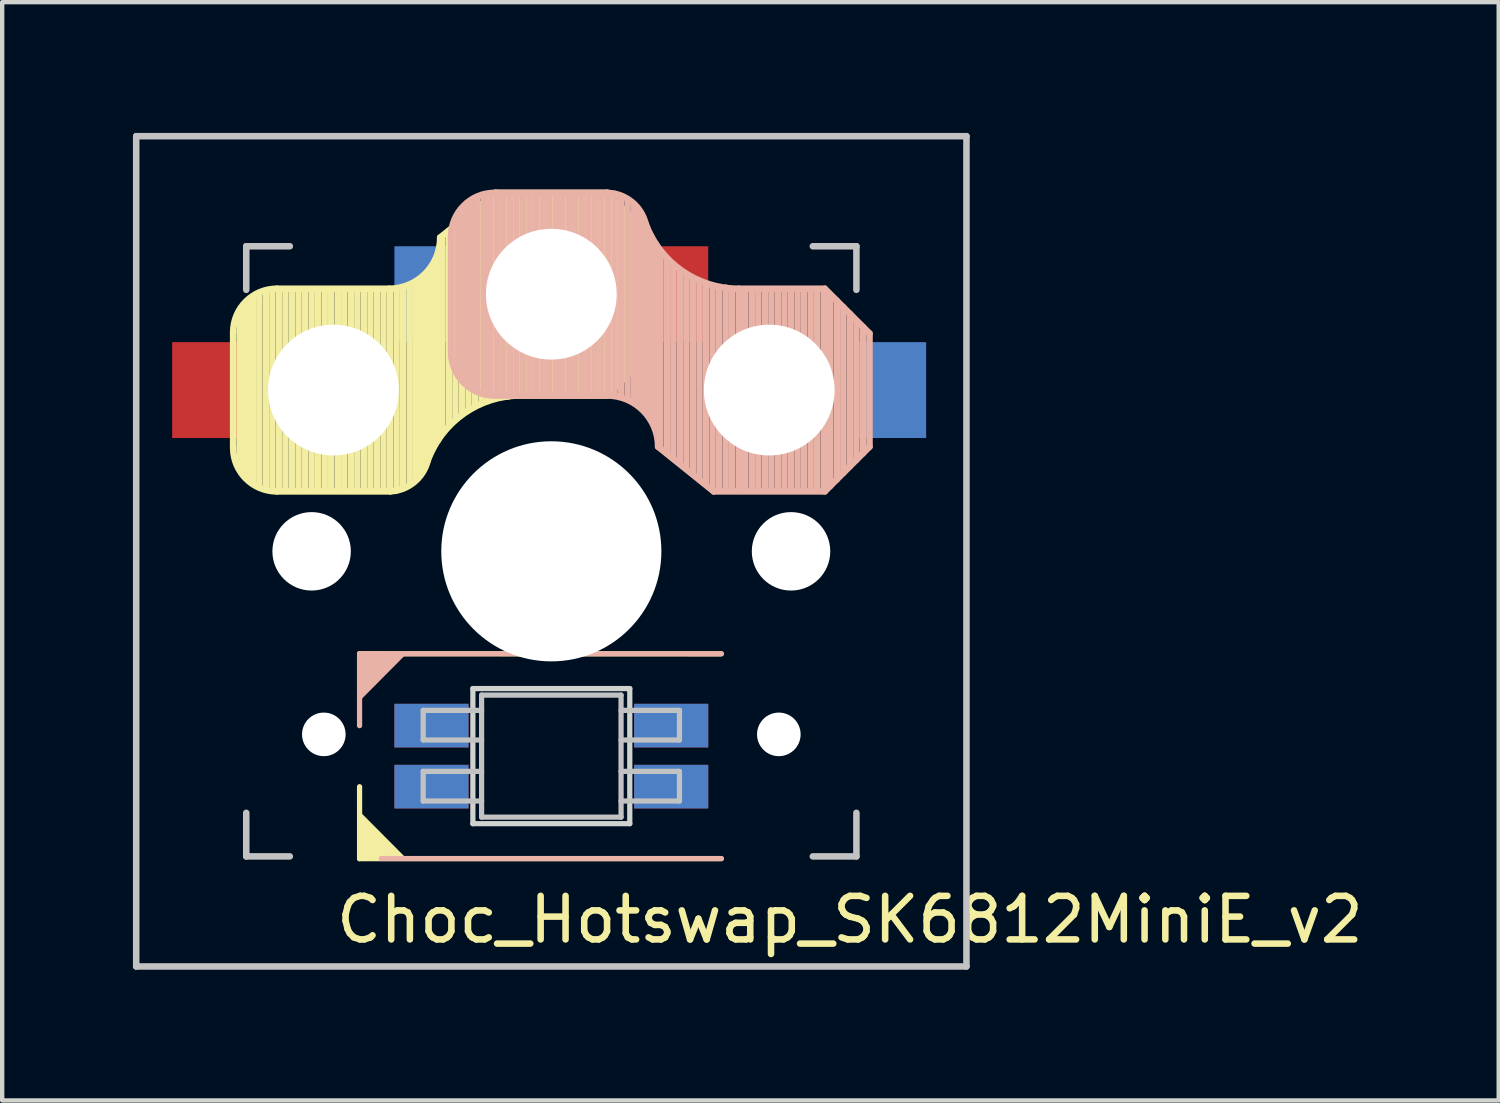
<source format=kicad_pcb>
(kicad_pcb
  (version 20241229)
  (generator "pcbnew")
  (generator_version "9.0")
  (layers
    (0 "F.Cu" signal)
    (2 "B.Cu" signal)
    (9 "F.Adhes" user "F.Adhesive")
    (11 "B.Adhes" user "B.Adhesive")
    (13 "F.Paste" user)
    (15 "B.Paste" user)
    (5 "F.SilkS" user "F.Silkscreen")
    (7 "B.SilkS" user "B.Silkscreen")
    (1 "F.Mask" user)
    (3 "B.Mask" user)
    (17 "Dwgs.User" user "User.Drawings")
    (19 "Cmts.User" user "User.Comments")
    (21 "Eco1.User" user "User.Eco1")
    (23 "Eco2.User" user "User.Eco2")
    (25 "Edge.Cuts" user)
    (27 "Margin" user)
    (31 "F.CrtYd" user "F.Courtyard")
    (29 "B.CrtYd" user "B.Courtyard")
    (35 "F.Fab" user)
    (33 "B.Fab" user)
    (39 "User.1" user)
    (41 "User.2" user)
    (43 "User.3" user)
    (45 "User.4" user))
  (footprint "Choc_Hotswap_SK6812MiniE_v2"
    (layer "F.Cu")
    (at 9.6 9.6)
    (property "Reference" "Choc_Hotswap_SK6812MiniE_v2" (at 6.85 8.45 180) (layer "F.SilkS") (effects (font (size 1 1) (thickness 0.15))))
    (attr through_hole)
    (fp_line (start -7.3 -5.025) (end -7.3 -2.375) (stroke (width 0.15) (type solid)) (layer "F.SilkS"))
    (fp_line (start -7.15 -1.95) (end -7.15 -5.5) (stroke (width 0.15) (type solid)) (layer "F.SilkS"))
    (fp_line (start -7.05 -1.8) (end -7.05 -5.55) (stroke (width 0.15) (type solid)) (layer "F.SilkS"))
    (fp_line (start -6.95 -1.7) (end -6.95 -5.65) (stroke (width 0.15) (type solid)) (layer "F.SilkS"))
    (fp_line (start -6.85 -1.6) (end -6.85 -5.8) (stroke (width 0.15) (type solid)) (layer "F.SilkS"))
    (fp_line (start -6.7 -1.5) (end -6.7 -5.9) (stroke (width 0.15) (type solid)) (layer "F.SilkS"))
    (fp_line (start -6.55 -1.45) (end -6.55 -5.95) (stroke (width 0.15) (type solid)) (layer "F.SilkS"))
    (fp_line (start -6.4 -1.4) (end -6.4 -5.95) (stroke (width 0.15) (type solid)) (layer "F.SilkS"))
    (fp_line (start -6.3 -6.025) (end -3.725 -6.025) (stroke (width 0.15) (type solid)) (layer "F.SilkS"))
    (fp_line (start -6.3 -1.375) (end -3.7 -1.375) (stroke (width 0.15) (type solid)) (layer "F.SilkS"))
    (fp_line (start -6.25 -1.4) (end -6.25 -6) (stroke (width 0.15) (type solid)) (layer "F.SilkS"))
    (fp_line (start -6.1 -1.4) (end -6.1 -6) (stroke (width 0.15) (type solid)) (layer "F.SilkS"))
    (fp_line (start -5.95 -1.4) (end -5.95 -6) (stroke (width 0.15) (type solid)) (layer "F.SilkS"))
    (fp_line (start -5.8 -1.4) (end -5.8 -6) (stroke (width 0.15) (type solid)) (layer "F.SilkS"))
    (fp_line (start -5.65 -1.4) (end -5.65 -6) (stroke (width 0.15) (type solid)) (layer "F.SilkS"))
    (fp_line (start -5.5 -1.4) (end -5.5 -6) (stroke (width 0.15) (type solid)) (layer "F.SilkS"))
    (fp_line (start -5.35 -1.4) (end -5.35 -6) (stroke (width 0.15) (type solid)) (layer "F.SilkS"))
    (fp_line (start -5.2 -1.4) (end -5.2 -6) (stroke (width 0.15) (type solid)) (layer "F.SilkS"))
    (fp_line (start -5.05 -1.4) (end -5.05 -6) (stroke (width 0.15) (type solid)) (layer "F.SilkS"))
    (fp_line (start -4.9 -1.4) (end -4.9 -6) (stroke (width 0.15) (type solid)) (layer "F.SilkS"))
    (fp_line (start -4.75 -1.4) (end -4.75 -6) (stroke (width 0.15) (type solid)) (layer "F.SilkS"))
    (fp_line (start -4.6 -1.4) (end -4.6 -6) (stroke (width 0.15) (type solid)) (layer "F.SilkS"))
    (fp_line (start -4.45 -1.4) (end -4.45 -6) (stroke (width 0.15) (type solid)) (layer "F.SilkS"))
    (fp_line (start -4.4 2.349) (end 3.9 2.352) (stroke (width 0.12) (type solid)) (layer "F.SilkS"))
    (fp_line (start -4.4 7.052) (end -4.4 5.401) (stroke (width 0.12) (type solid)) (layer "F.SilkS"))
    (fp_line (start -4.3 -1.4) (end -4.3 -6) (stroke (width 0.15) (type solid)) (layer "F.SilkS"))
    (fp_line (start -4.15 -1.4) (end -4.15 -6) (stroke (width 0.15) (type solid)) (layer "F.SilkS"))
    (fp_line (start -4 -1.4) (end -4 -6) (stroke (width 0.15) (type solid)) (layer "F.SilkS"))
    (fp_line (start -3.85 -1.4) (end -3.85 -5.95) (stroke (width 0.15) (type solid)) (layer "F.SilkS"))
    (fp_line (start -3.7 -1.4) (end -3.7 -6) (stroke (width 0.15) (type solid)) (layer "F.SilkS"))
    (fp_line (start -3.55 -1.4) (end -3.55 -6) (stroke (width 0.15) (type solid)) (layer "F.SilkS"))
    (fp_line (start -3.4 -1.45) (end -3.4 -6) (stroke (width 0.15) (type solid)) (layer "F.SilkS"))
    (fp_line (start -3.25 -1.55) (end -3.25 -6.1) (stroke (width 0.15) (type solid)) (layer "F.SilkS"))
    (fp_line (start -3.1 -1.65) (end -3.1 -6.15) (stroke (width 0.15) (type solid)) (layer "F.SilkS"))
    (fp_line (start -3 -1.8) (end -3 -6.2) (stroke (width 0.15) (type solid)) (layer "F.SilkS"))
    (fp_line (start -2.9 -2.05) (end -2.9 -6.25) (stroke (width 0.15) (type solid)) (layer "F.SilkS"))
    (fp_line (start -2.8 -2.2) (end -2.8 -6.35) (stroke (width 0.15) (type solid)) (layer "F.SilkS"))
    (fp_line (start -2.7 -2.4) (end -2.7 -6.55) (stroke (width 0.15) (type solid)) (layer "F.SilkS"))
    (fp_line (start -2.6 -2.55) (end -2.6 -6.7) (stroke (width 0.15) (type solid)) (layer "F.SilkS"))
    (fp_line (start -2.5 -2.75) (end -2.5 -7.2) (stroke (width 0.15) (type solid)) (layer "F.SilkS"))
    (fp_line (start -2.35 -2.9) (end -2.35 -7.35) (stroke (width 0.15) (type solid)) (layer "F.SilkS"))
    (fp_line (start -2.2 -3.05) (end -2.2 -7.45) (stroke (width 0.15) (type solid)) (layer "F.SilkS"))
    (fp_line (start -2.05 -3.15) (end -2.05 -7.55) (stroke (width 0.15) (type solid)) (layer "F.SilkS"))
    (fp_line (start -1.9 -3.25) (end -1.9 -7.7) (stroke (width 0.15) (type solid)) (layer "F.SilkS"))
    (fp_line (start -1.75 -3.35) (end -1.75 -7.8) (stroke (width 0.15) (type solid)) (layer "F.SilkS"))
    (fp_line (start -1.6 -3.4) (end -1.6 -7.95) (stroke (width 0.15) (type solid)) (layer "F.SilkS"))
    (fp_line (start -1.45 -3.5) (end -1.45 -8.05) (stroke (width 0.15) (type solid)) (layer "F.SilkS"))
    (fp_line (start -1.3 -3.55) (end -1.3 -8.15) (stroke (width 0.15) (type solid)) (layer "F.SilkS"))
    (fp_line (start -1.275 -8.225) (end -2.55 -7.2) (stroke (width 0.15) (type solid)) (layer "F.SilkS"))
    (fp_line (start -1.275 -8.225) (end 1.275 -8.225) (stroke (width 0.15) (type solid)) (layer "F.SilkS"))
    (fp_line (start -1.15 -3.55) (end -1.15 -8.2) (stroke (width 0.15) (type solid)) (layer "F.SilkS"))
    (fp_line (start -1 -3.55) (end -1 -8.2) (stroke (width 0.15) (type solid)) (layer "F.SilkS"))
    (fp_line (start -0.85 -3.6) (end -0.85 -8.15) (stroke (width 0.15) (type solid)) (layer "F.SilkS"))
    (fp_line (start -0.7 -3.6) (end -0.7 -8.2) (stroke (width 0.15) (type solid)) (layer "F.SilkS"))
    (fp_line (start -0.7 -3.575) (end 1.275 -3.575) (stroke (width 0.15) (type solid)) (layer "F.SilkS"))
    (fp_line (start -0.55 -3.6) (end -0.55 -8.2) (stroke (width 0.15) (type solid)) (layer "F.SilkS"))
    (fp_line (start -0.4 -3.6) (end -0.4 -8.2) (stroke (width 0.15) (type solid)) (layer "F.SilkS"))
    (fp_line (start -0.25 -3.6) (end -0.25 -8.2) (stroke (width 0.15) (type solid)) (layer "F.SilkS"))
    (fp_line (start -0.1 -3.6) (end -0.1 -8.2) (stroke (width 0.15) (type solid)) (layer "F.SilkS"))
    (fp_line (start 0.05 -3.6) (end 0.05 -8.2) (stroke (width 0.15) (type solid)) (layer "F.SilkS"))
    (fp_line (start 0.2 -3.6) (end 0.2 -8.2) (stroke (width 0.15) (type solid)) (layer "F.SilkS"))
    (fp_line (start 0.35 -3.6) (end 0.35 -8.2) (stroke (width 0.15) (type solid)) (layer "F.SilkS"))
    (fp_line (start 0.5 -3.6) (end 0.5 -8.2) (stroke (width 0.15) (type solid)) (layer "F.SilkS"))
    (fp_line (start 0.65 -3.6) (end 0.65 -8.2) (stroke (width 0.15) (type solid)) (layer "F.SilkS"))
    (fp_line (start 0.8 -3.6) (end 0.8 -8.2) (stroke (width 0.15) (type solid)) (layer "F.SilkS"))
    (fp_line (start 0.95 -3.6) (end 0.95 -8.2) (stroke (width 0.15) (type solid)) (layer "F.SilkS"))
    (fp_line (start 1.1 -3.6) (end 1.1 -8.2) (stroke (width 0.15) (type solid)) (layer "F.SilkS"))
    (fp_line (start 1.25 -3.6) (end 1.25 -8.2) (stroke (width 0.15) (type solid)) (layer "F.SilkS"))
    (fp_line (start 1.4 -3.75) (end 1.4 -8.1) (stroke (width 0.15) (type solid)) (layer "F.SilkS"))
    (fp_line (start 1.55 -3.85) (end 1.55 -7.95) (stroke (width 0.15) (type solid)) (layer "F.SilkS"))
    (fp_line (start 1.7 -4) (end 1.7 -7.8) (stroke (width 0.15) (type solid)) (layer "F.SilkS"))
    (fp_line (start 1.85 -4.15) (end 1.85 -7.65) (stroke (width 0.15) (type solid)) (layer "F.SilkS"))
    (fp_line (start 2 -4.35) (end 2 -7.5) (stroke (width 0.15) (type solid)) (layer "F.SilkS"))
    (fp_line (start 2.15 -4.45) (end 2.15 -7.35) (stroke (width 0.15) (type solid)) (layer "F.SilkS"))
    (fp_line (start 2.3 -7.2) (end 1.275 -8.225) (stroke (width 0.15) (type solid)) (layer "F.SilkS"))
    (fp_line (start 2.3 -7.2) (end 2.3 -4.6) (stroke (width 0.15) (type solid)) (layer "F.SilkS"))
    (fp_line (start 2.3 -4.6) (end 1.275 -3.575) (stroke (width 0.15) (type solid)) (layer "F.SilkS"))
    (fp_line (start 3.9 7.052) (end -4.4 7.052) (stroke (width 0.12) (type solid)) (layer "F.SilkS"))
    (fp_arc (start -7.3 -5.025) (mid -7.007107 -5.732107) (end -6.3 -6.025) (stroke (width 0.15) (type solid)) (layer "F.SilkS"))
    (fp_arc (start -6.3 -1.375) (mid -7.007107 -1.667893) (end -7.3 -2.375) (stroke (width 0.15) (type solid)) (layer "F.SilkS"))
    (fp_arc (start -2.837801 -2.078096) (mid -3.151716 -1.583979) (end -3.699005 -1.376209) (stroke (width 0.15) (type solid)) (layer "F.SilkS"))
    (fp_arc (start -2.837801 -2.078096) (mid -2.004887 -3.163571) (end -0.7 -3.575) (stroke (width 0.15) (type solid)) (layer "F.SilkS"))
    (fp_arc (start -2.55 -7.2) (mid -2.89415 -6.36915) (end -3.725 -6.025) (stroke (width 0.15) (type solid)) (layer "F.SilkS"))
    (fp_poly (pts (xy -3.392 7.049) (xy -4.4 7.052) (xy -4.4 6.036)) (stroke (width 0.1) (type solid)) (fill yes) (layer "F.SilkS"))
    (fp_line (start -4.4 2.349) (end -4.4 4) (stroke (width 0.12) (type solid)) (layer "B.SilkS"))
    (fp_line (start -3.9 7.049) (end 3.9 7.049) (stroke (width 0.12) (type solid)) (layer "B.SilkS"))
    (fp_line (start -2.3 -4.575) (end -2.3 -7.225) (stroke (width 0.15) (type solid)) (layer "B.SilkS"))
    (fp_line (start -2.15 -7.65) (end -2.15 -4.1) (stroke (width 0.15) (type solid)) (layer "B.SilkS"))
    (fp_line (start -2.05 -7.8) (end -2.05 -4.05) (stroke (width 0.15) (type solid)) (layer "B.SilkS"))
    (fp_line (start -1.95 -7.9) (end -1.95 -3.95) (stroke (width 0.15) (type solid)) (layer "B.SilkS"))
    (fp_line (start -1.85 -8) (end -1.85 -3.8) (stroke (width 0.15) (type solid)) (layer "B.SilkS"))
    (fp_line (start -1.7 -8.1) (end -1.7 -3.7) (stroke (width 0.15) (type solid)) (layer "B.SilkS"))
    (fp_line (start -1.55 -8.15) (end -1.55 -3.65) (stroke (width 0.15) (type solid)) (layer "B.SilkS"))
    (fp_line (start -1.4 -8.2) (end -1.4 -3.65) (stroke (width 0.15) (type solid)) (layer "B.SilkS"))
    (fp_line (start -1.3 -8.225) (end 1.3 -8.225) (stroke (width 0.15) (type solid)) (layer "B.SilkS"))
    (fp_line (start -1.3 -3.575) (end 1.275 -3.575) (stroke (width 0.15) (type solid)) (layer "B.SilkS"))
    (fp_line (start -1.25 -8.2) (end -1.25 -3.6) (stroke (width 0.15) (type solid)) (layer "B.SilkS"))
    (fp_line (start -1.1 -8.2) (end -1.1 -3.6) (stroke (width 0.15) (type solid)) (layer "B.SilkS"))
    (fp_line (start -0.95 -8.2) (end -0.95 -3.6) (stroke (width 0.15) (type solid)) (layer "B.SilkS"))
    (fp_line (start -0.8 -8.2) (end -0.8 -3.6) (stroke (width 0.15) (type solid)) (layer "B.SilkS"))
    (fp_line (start -0.65 -8.2) (end -0.65 -3.6) (stroke (width 0.15) (type solid)) (layer "B.SilkS"))
    (fp_line (start -0.5 -8.2) (end -0.5 -3.6) (stroke (width 0.15) (type solid)) (layer "B.SilkS"))
    (fp_line (start -0.35 -8.2) (end -0.35 -3.6) (stroke (width 0.15) (type solid)) (layer "B.SilkS"))
    (fp_line (start -0.2 -8.2) (end -0.2 -3.6) (stroke (width 0.15) (type solid)) (layer "B.SilkS"))
    (fp_line (start -0.05 -8.2) (end -0.05 -3.6) (stroke (width 0.15) (type solid)) (layer "B.SilkS"))
    (fp_line (start 0.1 -8.2) (end 0.1 -3.6) (stroke (width 0.15) (type solid)) (layer "B.SilkS"))
    (fp_line (start 0.25 -8.2) (end 0.25 -3.6) (stroke (width 0.15) (type solid)) (layer "B.SilkS"))
    (fp_line (start 0.4 -8.2) (end 0.4 -3.6) (stroke (width 0.15) (type solid)) (layer "B.SilkS"))
    (fp_line (start 0.55 -8.2) (end 0.55 -3.6) (stroke (width 0.15) (type solid)) (layer "B.SilkS"))
    (fp_line (start 0.7 -8.2) (end 0.7 -3.6) (stroke (width 0.15) (type solid)) (layer "B.SilkS"))
    (fp_line (start 0.85 -8.2) (end 0.85 -3.6) (stroke (width 0.15) (type solid)) (layer "B.SilkS"))
    (fp_line (start 1 -8.2) (end 1 -3.6) (stroke (width 0.15) (type solid)) (layer "B.SilkS"))
    (fp_line (start 1.15 -8.2) (end 1.15 -3.65) (stroke (width 0.15) (type solid)) (layer "B.SilkS"))
    (fp_line (start 1.3 -8.2) (end 1.3 -3.6) (stroke (width 0.15) (type solid)) (layer "B.SilkS"))
    (fp_line (start 1.45 -8.2) (end 1.45 -3.6) (stroke (width 0.15) (type solid)) (layer "B.SilkS"))
    (fp_line (start 1.6 -8.15) (end 1.6 -3.6) (stroke (width 0.15) (type solid)) (layer "B.SilkS"))
    (fp_line (start 1.75 -8.05) (end 1.75 -3.5) (stroke (width 0.15) (type solid)) (layer "B.SilkS"))
    (fp_line (start 1.9 -7.95) (end 1.9 -3.45) (stroke (width 0.15) (type solid)) (layer "B.SilkS"))
    (fp_line (start 2 -7.8) (end 2 -3.4) (stroke (width 0.15) (type solid)) (layer "B.SilkS"))
    (fp_line (start 2.1 -7.55) (end 2.1 -3.35) (stroke (width 0.15) (type solid)) (layer "B.SilkS"))
    (fp_line (start 2.2 -7.4) (end 2.2 -3.25) (stroke (width 0.15) (type solid)) (layer "B.SilkS"))
    (fp_line (start 2.3 -7.2) (end 2.3 -3.05) (stroke (width 0.15) (type solid)) (layer "B.SilkS"))
    (fp_line (start 2.4 -7.05) (end 2.4 -2.9) (stroke (width 0.15) (type solid)) (layer "B.SilkS"))
    (fp_line (start 2.5 -6.85) (end 2.5 -2.4) (stroke (width 0.15) (type solid)) (layer "B.SilkS"))
    (fp_line (start 2.65 -6.7) (end 2.65 -2.25) (stroke (width 0.15) (type solid)) (layer "B.SilkS"))
    (fp_line (start 2.8 -6.55) (end 2.8 -2.15) (stroke (width 0.15) (type solid)) (layer "B.SilkS"))
    (fp_line (start 2.95 -6.45) (end 2.95 -2.05) (stroke (width 0.15) (type solid)) (layer "B.SilkS"))
    (fp_line (start 3.1 -6.35) (end 3.1 -1.9) (stroke (width 0.15) (type solid)) (layer "B.SilkS"))
    (fp_line (start 3.25 -6.25) (end 3.25 -1.8) (stroke (width 0.15) (type solid)) (layer "B.SilkS"))
    (fp_line (start 3.4 -6.2) (end 3.4 -1.65) (stroke (width 0.15) (type solid)) (layer "B.SilkS"))
    (fp_line (start 3.55 -6.1) (end 3.55 -1.55) (stroke (width 0.15) (type solid)) (layer "B.SilkS"))
    (fp_line (start 3.7 -6.05) (end 3.7 -1.45) (stroke (width 0.15) (type solid)) (layer "B.SilkS"))
    (fp_line (start 3.725 -1.375) (end 2.45 -2.4) (stroke (width 0.15) (type solid)) (layer "B.SilkS"))
    (fp_line (start 3.725 -1.375) (end 6.275 -1.375) (stroke (width 0.15) (type solid)) (layer "B.SilkS"))
    (fp_line (start 3.85 -6.05) (end 3.85 -1.4) (stroke (width 0.15) (type solid)) (layer "B.SilkS"))
    (fp_line (start 3.9 2.349) (end -4.4 2.349) (stroke (width 0.12) (type solid)) (layer "B.SilkS"))
    (fp_line (start 4 -6.05) (end 4 -1.4) (stroke (width 0.15) (type solid)) (layer "B.SilkS"))
    (fp_line (start 4.15 -6) (end 4.15 -1.45) (stroke (width 0.15) (type solid)) (layer "B.SilkS"))
    (fp_line (start 4.3 -6.025) (end 6.275 -6.025) (stroke (width 0.15) (type solid)) (layer "B.SilkS"))
    (fp_line (start 4.3 -6) (end 4.3 -1.4) (stroke (width 0.15) (type solid)) (layer "B.SilkS"))
    (fp_line (start 4.45 -6) (end 4.45 -1.4) (stroke (width 0.15) (type solid)) (layer "B.SilkS"))
    (fp_line (start 4.6 -6) (end 4.6 -1.4) (stroke (width 0.15) (type solid)) (layer "B.SilkS"))
    (fp_line (start 4.75 -6) (end 4.75 -1.4) (stroke (width 0.15) (type solid)) (layer "B.SilkS"))
    (fp_line (start 4.9 -6) (end 4.9 -1.4) (stroke (width 0.15) (type solid)) (layer "B.SilkS"))
    (fp_line (start 5.05 -6) (end 5.05 -1.4) (stroke (width 0.15) (type solid)) (layer "B.SilkS"))
    (fp_line (start 5.2 -6) (end 5.2 -1.4) (stroke (width 0.15) (type solid)) (layer "B.SilkS"))
    (fp_line (start 5.35 -6) (end 5.35 -1.4) (stroke (width 0.15) (type solid)) (layer "B.SilkS"))
    (fp_line (start 5.5 -6) (end 5.5 -1.4) (stroke (width 0.15) (type solid)) (layer "B.SilkS"))
    (fp_line (start 5.65 -6) (end 5.65 -1.4) (stroke (width 0.15) (type solid)) (layer "B.SilkS"))
    (fp_line (start 5.8 -6) (end 5.8 -1.4) (stroke (width 0.15) (type solid)) (layer "B.SilkS"))
    (fp_line (start 5.95 -6) (end 5.95 -1.4) (stroke (width 0.15) (type solid)) (layer "B.SilkS"))
    (fp_line (start 6.1 -6) (end 6.1 -1.4) (stroke (width 0.15) (type solid)) (layer "B.SilkS"))
    (fp_line (start 6.25 -6) (end 6.25 -1.4) (stroke (width 0.15) (type solid)) (layer "B.SilkS"))
    (fp_line (start 6.4 -5.85) (end 6.4 -1.5) (stroke (width 0.15) (type solid)) (layer "B.SilkS"))
    (fp_line (start 6.55 -5.75) (end 6.55 -1.65) (stroke (width 0.15) (type solid)) (layer "B.SilkS"))
    (fp_line (start 6.7 -5.6) (end 6.7 -1.8) (stroke (width 0.15) (type solid)) (layer "B.SilkS"))
    (fp_line (start 6.85 -5.45) (end 6.85 -1.95) (stroke (width 0.15) (type solid)) (layer "B.SilkS"))
    (fp_line (start 7 -5.25) (end 7 -2.1) (stroke (width 0.15) (type solid)) (layer "B.SilkS"))
    (fp_line (start 7.15 -5.15) (end 7.15 -2.25) (stroke (width 0.15) (type solid)) (layer "B.SilkS"))
    (fp_line (start 7.3 -5) (end 6.275 -6.025) (stroke (width 0.15) (type solid)) (layer "B.SilkS"))
    (fp_line (start 7.3 -2.4) (end 6.275 -1.375) (stroke (width 0.15) (type solid)) (layer "B.SilkS"))
    (fp_line (start 7.3 -2.4) (end 7.3 -5) (stroke (width 0.15) (type solid)) (layer "B.SilkS"))
    (fp_arc (start -2.3 -7.225) (mid -2.007107 -7.932107) (end -1.3 -8.225) (stroke (width 0.15) (type solid)) (layer "B.SilkS"))
    (fp_arc (start -1.3 -3.575) (mid -2.007107 -3.867893) (end -2.3 -4.575) (stroke (width 0.15) (type solid)) (layer "B.SilkS"))
    (fp_arc (start 1.275 -3.575) (mid 2.10585 -3.23085) (end 2.45 -2.4) (stroke (width 0.15) (type solid)) (layer "B.SilkS"))
    (fp_arc (start 1.300995 -8.223791) (mid 1.848284 -8.016021) (end 2.162199 -7.521904) (stroke (width 0.15) (type solid)) (layer "B.SilkS"))
    (fp_arc (start 4.3 -6.025) (mid 2.995114 -6.436429) (end 2.162199 -7.521904) (stroke (width 0.15) (type solid)) (layer "B.SilkS"))
    (fp_poly (pts (xy -4.4 3.365) (xy -4.4 2.349) (xy -3.392 2.349)) (stroke (width 0.1) (type solid)) (fill yes) (layer "B.SilkS"))
    (fp_line (start -9.525 -9.525) (end 9.525 -9.525) (stroke (width 0.15) (type solid)) (layer "Dwgs.User"))
    (fp_line (start -9.525 9.525) (end -9.525 -9.525) (stroke (width 0.15) (type solid)) (layer "Dwgs.User"))
    (fp_line (start -7 -7) (end -7 -6) (stroke (width 0.15) (type solid)) (layer "Dwgs.User"))
    (fp_line (start -7 6) (end -7 7) (stroke (width 0.15) (type solid)) (layer "Dwgs.User"))
    (fp_line (start -7 7) (end -6 7) (stroke (width 0.15) (type solid)) (layer "Dwgs.User"))
    (fp_line (start -6 -7) (end -7 -7) (stroke (width 0.15) (type solid)) (layer "Dwgs.User"))
    (fp_line (start -2.94 3.649) (end -2.94 4.329) (stroke (width 0.12) (type solid)) (layer "Dwgs.User"))
    (fp_line (start -2.94 4.329) (end -1.6 4.329) (stroke (width 0.12) (type solid)) (layer "Dwgs.User"))
    (fp_line (start -2.94 5.049) (end -2.94 5.729) (stroke (width 0.12) (type solid)) (layer "Dwgs.User"))
    (fp_line (start -2.94 5.729) (end -1.6 5.729) (stroke (width 0.12) (type solid)) (layer "Dwgs.User"))
    (fp_line (start -1.6 3.299) (end -1.6 6.099) (stroke (width 0.12) (type solid)) (layer "Dwgs.User"))
    (fp_line (start -1.6 3.299) (end 1.6 3.299) (stroke (width 0.12) (type solid)) (layer "Dwgs.User"))
    (fp_line (start -1.6 3.649) (end -2.94 3.649) (stroke (width 0.12) (type solid)) (layer "Dwgs.User"))
    (fp_line (start -1.6 5.049) (end -2.94 5.049) (stroke (width 0.12) (type solid)) (layer "Dwgs.User"))
    (fp_line (start -1.6 6.099) (end 1.6 6.099) (stroke (width 0.12) (type solid)) (layer "Dwgs.User"))
    (fp_line (start 1.6 3.299) (end 1.6 6.099) (stroke (width 0.12) (type solid)) (layer "Dwgs.User"))
    (fp_line (start 1.6 4.329) (end 2.94 4.329) (stroke (width 0.12) (type solid)) (layer "Dwgs.User"))
    (fp_line (start 1.6 5.729) (end 2.94 5.729) (stroke (width 0.12) (type solid)) (layer "Dwgs.User"))
    (fp_line (start 2.94 3.649) (end 1.6 3.649) (stroke (width 0.12) (type solid)) (layer "Dwgs.User"))
    (fp_line (start 2.94 4.329) (end 2.94 3.649) (stroke (width 0.12) (type solid)) (layer "Dwgs.User"))
    (fp_line (start 2.94 5.049) (end 1.6 5.049) (stroke (width 0.12) (type solid)) (layer "Dwgs.User"))
    (fp_line (start 2.94 5.729) (end 2.94 5.049) (stroke (width 0.12) (type solid)) (layer "Dwgs.User"))
    (fp_line (start 6 -7) (end 7 -7) (stroke (width 0.15) (type solid)) (layer "Dwgs.User"))
    (fp_line (start 7 -7) (end 7 -6) (stroke (width 0.15) (type solid)) (layer "Dwgs.User"))
    (fp_line (start 7 6) (end 7 7) (stroke (width 0.15) (type solid)) (layer "Dwgs.User"))
    (fp_line (start 7 7) (end 6 7) (stroke (width 0.15) (type solid)) (layer "Dwgs.User"))
    (fp_line (start 9.525 -9.525) (end 9.525 9.525) (stroke (width 0.15) (type solid)) (layer "Dwgs.User"))
    (fp_line (start 9.525 9.525) (end -9.525 9.525) (stroke (width 0.15) (type solid)) (layer "Dwgs.User"))
    (fp_line (start -1.8 3.149) (end -1.8 6.249) (stroke (width 0.12) (type solid)) (layer "Edge.Cuts"))
    (fp_line (start -1.8 6.249) (end 1.8 6.249) (stroke (width 0.12) (type solid)) (layer "Edge.Cuts"))
    (fp_line (start 1.8 3.149) (end -1.8 3.149) (stroke (width 0.12) (type solid)) (layer "Edge.Cuts"))
    (fp_line (start 1.8 6.249) (end 1.8 3.149) (stroke (width 0.12) (type solid)) (layer "Edge.Cuts"))
    (pad "" np_thru_hole circle (at -5.5 0 270) (size 1.8 1.8) (drill 1.8) (layers "*.Cu" "*.Mask"))
    (pad "" np_thru_hole circle (at -5.22 4.2) (size 1 1) (drill 1) (layers "*.Cu" "*.Mask"))
    (pad "" np_thru_hole circle (at -5 -3.7 90) (size 3 3) (drill 3) (layers "*.Cu" "*.Mask"))
    (pad "" np_thru_hole circle (at 0 -5.9 270) (size 3 3) (drill 3) (layers "*.Cu" "*.Mask"))
    (pad "" np_thru_hole circle (at 0 0 270) (size 5.05 5.05) (drill 5.05) (layers "*.Cu" "*.Mask"))
    (pad "" np_thru_hole circle (at 5 -3.7 270) (size 3 3) (drill 3) (layers "*.Cu" "*.Mask"))
    (pad "" np_thru_hole circle (at 5.22 4.2) (size 1 1) (drill 1) (layers "*.Cu" "*.Mask"))
    (pad "" np_thru_hole circle (at 5.5 0 270) (size 1.8 1.8) (drill 1.8) (layers "*.Cu" "*.Mask"))
    (pad "1" smd rect (at 2.75 3.999) (size 1.7 1) (layers "F.Cu" "F.Mask" "F.Paste"))
    (pad "1" smd rect (at 2.75 5.399) (size 1.7 1) (layers "B.Cu" "B.Mask" "B.Paste"))
    (pad "2" smd rect (at 2.75 3.999) (size 1.7 1) (layers "B.Cu" "B.Mask" "B.Paste"))
    (pad "2" smd rect (at 2.75 5.399) (size 1.7 1) (layers "F.Cu" "F.Mask" "F.Paste"))
    (pad "3" smd rect (at -2.75 3.999) (size 1.7 1) (layers "B.Cu" "B.Mask" "B.Paste"))
    (pad "3" smd rect (at -2.75 5.399) (size 1.7 1) (layers "F.Cu" "F.Mask" "F.Paste"))
    (pad "4" smd rect (at -2.75 3.999) (size 1.7 1) (layers "F.Cu" "F.Mask" "F.Paste"))
    (pad "4" smd rect (at -2.75 5.399) (size 1.7 1) (layers "B.Cu" "B.Mask" "B.Paste"))
    (pad "5" smd rect (at -2.8 -5.9) (size 1.6 2.2) (layers "B.Cu" "B.Mask" "B.Paste"))
    (pad "5" smd rect (at 2.8 -5.9) (size 1.6 2.2) (layers "F.Cu" "F.Mask" "F.Paste"))
    (pad "6" smd rect (at -7.9 -3.7) (size 1.6 2.2) (layers "F.Cu" "F.Mask" "F.Paste"))
    (pad "6" smd rect (at 7.8 -3.7) (size 1.6 2.2) (layers "B.Cu" "B.Mask" "B.Paste")))
  (gr_rect
    (start -3 -3)
    (end 31.337 22.2)
    (stroke (width 0.1) (type default))
    (fill no)
    (layer "Edge.Cuts")))
</source>
